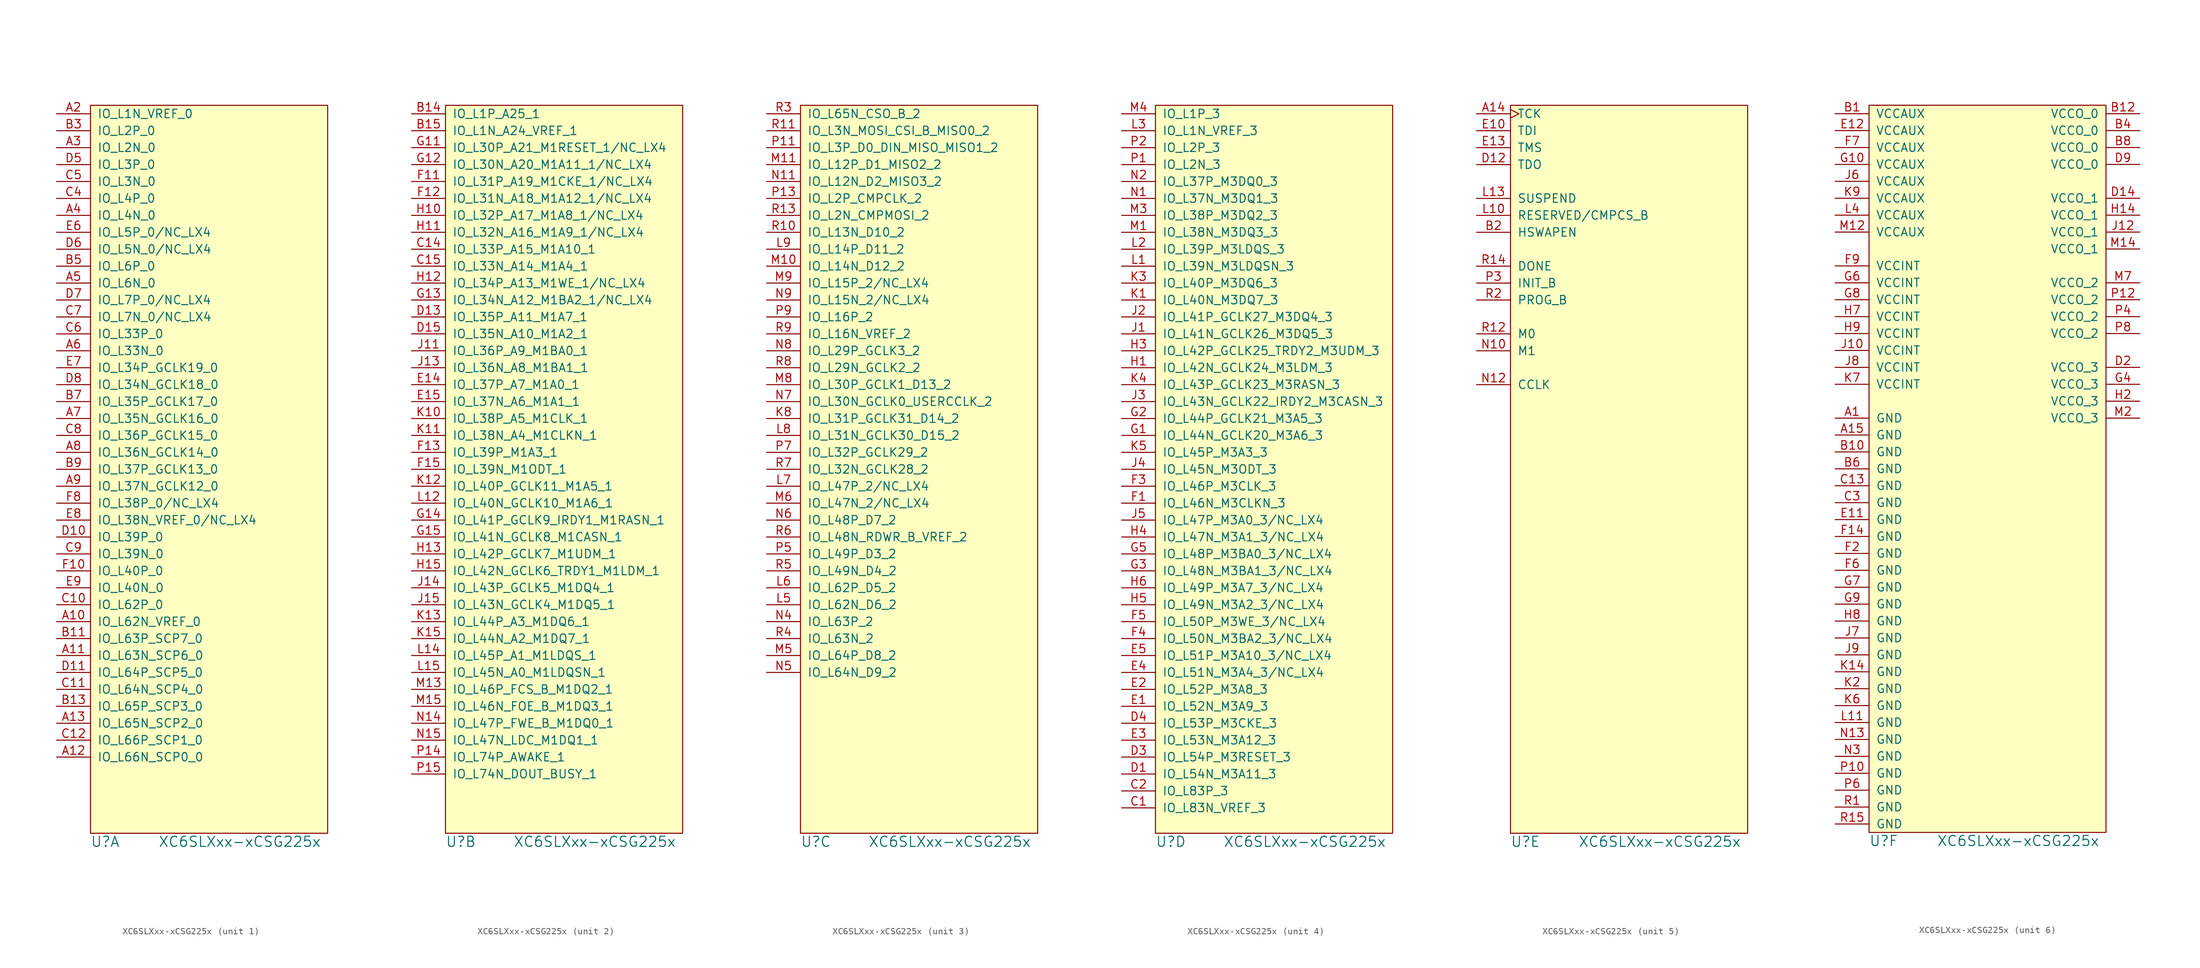
<source format=kicad_sym>
(kicad_symbol_lib
  (version 20211014)
  (generator kicad_symbol_editor)
  (symbol "XC6SLXxx-xCSG225x"
    (pin_names
      (offset 1.016))
    (property "Reference" "U"
      (at -10.16 -1.27 0)
      (effects (font (size 1.524 1.524)) (justify left)))
    (property "Value" "XC6SLXxx-xCSG225x"
      (at 0 -1.27 0)
      (effects (font (size 1.524 1.524)) (justify left)))
    (property "Footprint" ""
      (at 0 -1.27 0)
      (effects (font (size 1.524 1.524))))
    (property "Datasheet" ""
      (at 0 -1.27 0)
      (effects (font (size 1.524 1.524))))
    (property "ki_locked" ""
      (at 0 0 0)
      (effects (font (size 1.27 1.27))))
    (symbol "XC6SLXxx-xCSG225x_0_1"
      (rectangle (start -10.16 109.22) (end 25.4 0) (stroke (width 0) (type default) (color 0 0 0 0)) (fill (type background))))
    (symbol "XC6SLXxx-xCSG225x_1_1"
      (pin bidirectional line (at -15.24 31.75 0) (length 5.08) (name "IO_L62N_VREF_0" (effects (font (size 1.27 1.27)))) (number "A10" (effects (font (size 1.27 1.27)))))
      (pin bidirectional line (at -15.24 26.67 0) (length 5.08) (name "IO_L63N_SCP6_0" (effects (font (size 1.27 1.27)))) (number "A11" (effects (font (size 1.27 1.27)))))
      (pin bidirectional line (at -15.24 11.43 0) (length 5.08) (name "IO_L66N_SCP0_0" (effects (font (size 1.27 1.27)))) (number "A12" (effects (font (size 1.27 1.27)))))
      (pin bidirectional line (at -15.24 16.51 0) (length 5.08) (name "IO_L65N_SCP2_0" (effects (font (size 1.27 1.27)))) (number "A13" (effects (font (size 1.27 1.27)))))
      (pin bidirectional line (at -15.24 107.95 0) (length 5.08) (name "IO_L1N_VREF_0" (effects (font (size 1.27 1.27)))) (number "A2" (effects (font (size 1.27 1.27)))))
      (pin bidirectional line (at -15.24 102.87 0) (length 5.08) (name "IO_L2N_0" (effects (font (size 1.27 1.27)))) (number "A3" (effects (font (size 1.27 1.27)))))
      (pin bidirectional line (at -15.24 92.71 0) (length 5.08) (name "IO_L4N_0" (effects (font (size 1.27 1.27)))) (number "A4" (effects (font (size 1.27 1.27)))))
      (pin bidirectional line (at -15.24 82.55 0) (length 5.08) (name "IO_L6N_0" (effects (font (size 1.27 1.27)))) (number "A5" (effects (font (size 1.27 1.27)))))
      (pin bidirectional line (at -15.24 72.39 0) (length 5.08) (name "IO_L33N_0" (effects (font (size 1.27 1.27)))) (number "A6" (effects (font (size 1.27 1.27)))))
      (pin bidirectional line (at -15.24 62.23 0) (length 5.08) (name "IO_L35N_GCLK16_0" (effects (font (size 1.27 1.27)))) (number "A7" (effects (font (size 1.27 1.27)))))
      (pin bidirectional line (at -15.24 57.15 0) (length 5.08) (name "IO_L36N_GCLK14_0" (effects (font (size 1.27 1.27)))) (number "A8" (effects (font (size 1.27 1.27)))))
      (pin bidirectional line (at -15.24 52.07 0) (length 5.08) (name "IO_L37N_GCLK12_0" (effects (font (size 1.27 1.27)))) (number "A9" (effects (font (size 1.27 1.27)))))
      (pin bidirectional line (at -15.24 29.21 0) (length 5.08) (name "IO_L63P_SCP7_0" (effects (font (size 1.27 1.27)))) (number "B11" (effects (font (size 1.27 1.27)))))
      (pin bidirectional line (at -15.24 19.05 0) (length 5.08) (name "IO_L65P_SCP3_0" (effects (font (size 1.27 1.27)))) (number "B13" (effects (font (size 1.27 1.27)))))
      (pin bidirectional line (at -15.24 105.41 0) (length 5.08) (name "IO_L2P_0" (effects (font (size 1.27 1.27)))) (number "B3" (effects (font (size 1.27 1.27)))))
      (pin bidirectional line (at -15.24 85.09 0) (length 5.08) (name "IO_L6P_0" (effects (font (size 1.27 1.27)))) (number "B5" (effects (font (size 1.27 1.27)))))
      (pin bidirectional line (at -15.24 64.77 0) (length 5.08) (name "IO_L35P_GCLK17_0" (effects (font (size 1.27 1.27)))) (number "B7" (effects (font (size 1.27 1.27)))))
      (pin bidirectional line (at -15.24 54.61 0) (length 5.08) (name "IO_L37P_GCLK13_0" (effects (font (size 1.27 1.27)))) (number "B9" (effects (font (size 1.27 1.27)))))
      (pin bidirectional line (at -15.24 34.29 0) (length 5.08) (name "IO_L62P_0" (effects (font (size 1.27 1.27)))) (number "C10" (effects (font (size 1.27 1.27)))))
      (pin bidirectional line (at -15.24 21.59 0) (length 5.08) (name "IO_L64N_SCP4_0" (effects (font (size 1.27 1.27)))) (number "C11" (effects (font (size 1.27 1.27)))))
      (pin bidirectional line (at -15.24 13.97 0) (length 5.08) (name "IO_L66P_SCP1_0" (effects (font (size 1.27 1.27)))) (number "C12" (effects (font (size 1.27 1.27)))))
      (pin bidirectional line (at -15.24 95.25 0) (length 5.08) (name "IO_L4P_0" (effects (font (size 1.27 1.27)))) (number "C4" (effects (font (size 1.27 1.27)))))
      (pin bidirectional line (at -15.24 97.79 0) (length 5.08) (name "IO_L3N_0" (effects (font (size 1.27 1.27)))) (number "C5" (effects (font (size 1.27 1.27)))))
      (pin bidirectional line (at -15.24 74.93 0) (length 5.08) (name "IO_L33P_0" (effects (font (size 1.27 1.27)))) (number "C6" (effects (font (size 1.27 1.27)))))
      (pin bidirectional line (at -15.24 77.47 0) (length 5.08) (name "IO_L7N_0/NC_LX4" (effects (font (size 1.27 1.27)))) (number "C7" (effects (font (size 1.27 1.27)))))
      (pin bidirectional line (at -15.24 59.69 0) (length 5.08) (name "IO_L36P_GCLK15_0" (effects (font (size 1.27 1.27)))) (number "C8" (effects (font (size 1.27 1.27)))))
      (pin bidirectional line (at -15.24 41.91 0) (length 5.08) (name "IO_L39N_0" (effects (font (size 1.27 1.27)))) (number "C9" (effects (font (size 1.27 1.27)))))
      (pin bidirectional line (at -15.24 44.45 0) (length 5.08) (name "IO_L39P_0" (effects (font (size 1.27 1.27)))) (number "D10" (effects (font (size 1.27 1.27)))))
      (pin bidirectional line (at -15.24 24.13 0) (length 5.08) (name "IO_L64P_SCP5_0" (effects (font (size 1.27 1.27)))) (number "D11" (effects (font (size 1.27 1.27)))))
      (pin bidirectional line (at -15.24 100.33 0) (length 5.08) (name "IO_L3P_0" (effects (font (size 1.27 1.27)))) (number "D5" (effects (font (size 1.27 1.27)))))
      (pin bidirectional line (at -15.24 87.63 0) (length 5.08) (name "IO_L5N_0/NC_LX4" (effects (font (size 1.27 1.27)))) (number "D6" (effects (font (size 1.27 1.27)))))
      (pin bidirectional line (at -15.24 80.01 0) (length 5.08) (name "IO_L7P_0/NC_LX4" (effects (font (size 1.27 1.27)))) (number "D7" (effects (font (size 1.27 1.27)))))
      (pin bidirectional line (at -15.24 67.31 0) (length 5.08) (name "IO_L34N_GCLK18_0" (effects (font (size 1.27 1.27)))) (number "D8" (effects (font (size 1.27 1.27)))))
      (pin bidirectional line (at -15.24 90.17 0) (length 5.08) (name "IO_L5P_0/NC_LX4" (effects (font (size 1.27 1.27)))) (number "E6" (effects (font (size 1.27 1.27)))))
      (pin bidirectional line (at -15.24 69.85 0) (length 5.08) (name "IO_L34P_GCLK19_0" (effects (font (size 1.27 1.27)))) (number "E7" (effects (font (size 1.27 1.27)))))
      (pin bidirectional line (at -15.24 46.99 0) (length 5.08) (name "IO_L38N_VREF_0/NC_LX4" (effects (font (size 1.27 1.27)))) (number "E8" (effects (font (size 1.27 1.27)))))
      (pin bidirectional line (at -15.24 36.83 0) (length 5.08) (name "IO_L40N_0" (effects (font (size 1.27 1.27)))) (number "E9" (effects (font (size 1.27 1.27)))))
      (pin bidirectional line (at -15.24 39.37 0) (length 5.08) (name "IO_L40P_0" (effects (font (size 1.27 1.27)))) (number "F10" (effects (font (size 1.27 1.27)))))
      (pin bidirectional line (at -15.24 49.53 0) (length 5.08) (name "IO_L38P_0/NC_LX4" (effects (font (size 1.27 1.27)))) (number "F8" (effects (font (size 1.27 1.27))))))
    (symbol "XC6SLXxx-xCSG225x_2_1"
      (pin bidirectional line (at -15.24 107.95 0) (length 5.08) (name "IO_L1P_A25_1" (effects (font (size 1.27 1.27)))) (number "B14" (effects (font (size 1.27 1.27)))))
      (pin bidirectional line (at -15.24 105.41 0) (length 5.08) (name "IO_L1N_A24_VREF_1" (effects (font (size 1.27 1.27)))) (number "B15" (effects (font (size 1.27 1.27)))))
      (pin bidirectional line (at -15.24 87.63 0) (length 5.08) (name "IO_L33P_A15_M1A10_1" (effects (font (size 1.27 1.27)))) (number "C14" (effects (font (size 1.27 1.27)))))
      (pin bidirectional line (at -15.24 85.09 0) (length 5.08) (name "IO_L33N_A14_M1A4_1" (effects (font (size 1.27 1.27)))) (number "C15" (effects (font (size 1.27 1.27)))))
      (pin bidirectional line (at -15.24 77.47 0) (length 5.08) (name "IO_L35P_A11_M1A7_1" (effects (font (size 1.27 1.27)))) (number "D13" (effects (font (size 1.27 1.27)))))
      (pin bidirectional line (at -15.24 74.93 0) (length 5.08) (name "IO_L35N_A10_M1A2_1" (effects (font (size 1.27 1.27)))) (number "D15" (effects (font (size 1.27 1.27)))))
      (pin bidirectional line (at -15.24 67.31 0) (length 5.08) (name "IO_L37P_A7_M1A0_1" (effects (font (size 1.27 1.27)))) (number "E14" (effects (font (size 1.27 1.27)))))
      (pin bidirectional line (at -15.24 64.77 0) (length 5.08) (name "IO_L37N_A6_M1A1_1" (effects (font (size 1.27 1.27)))) (number "E15" (effects (font (size 1.27 1.27)))))
      (pin bidirectional line (at -15.24 97.79 0) (length 5.08) (name "IO_L31P_A19_M1CKE_1/NC_LX4" (effects (font (size 1.27 1.27)))) (number "F11" (effects (font (size 1.27 1.27)))))
      (pin bidirectional line (at -15.24 95.25 0) (length 5.08) (name "IO_L31N_A18_M1A12_1/NC_LX4" (effects (font (size 1.27 1.27)))) (number "F12" (effects (font (size 1.27 1.27)))))
      (pin bidirectional line (at -15.24 57.15 0) (length 5.08) (name "IO_L39P_M1A3_1" (effects (font (size 1.27 1.27)))) (number "F13" (effects (font (size 1.27 1.27)))))
      (pin bidirectional line (at -15.24 54.61 0) (length 5.08) (name "IO_L39N_M1ODT_1" (effects (font (size 1.27 1.27)))) (number "F15" (effects (font (size 1.27 1.27)))))
      (pin bidirectional line (at -15.24 102.87 0) (length 5.08) (name "IO_L30P_A21_M1RESET_1/NC_LX4" (effects (font (size 1.27 1.27)))) (number "G11" (effects (font (size 1.27 1.27)))))
      (pin bidirectional line (at -15.24 100.33 0) (length 5.08) (name "IO_L30N_A20_M1A11_1/NC_LX4" (effects (font (size 1.27 1.27)))) (number "G12" (effects (font (size 1.27 1.27)))))
      (pin bidirectional line (at -15.24 80.01 0) (length 5.08) (name "IO_L34N_A12_M1BA2_1/NC_LX4" (effects (font (size 1.27 1.27)))) (number "G13" (effects (font (size 1.27 1.27)))))
      (pin bidirectional line (at -15.24 46.99 0) (length 5.08) (name "IO_L41P_GCLK9_IRDY1_M1RASN_1" (effects (font (size 1.27 1.27)))) (number "G14" (effects (font (size 1.27 1.27)))))
      (pin bidirectional line (at -15.24 44.45 0) (length 5.08) (name "IO_L41N_GCLK8_M1CASN_1" (effects (font (size 1.27 1.27)))) (number "G15" (effects (font (size 1.27 1.27)))))
      (pin bidirectional line (at -15.24 92.71 0) (length 5.08) (name "IO_L32P_A17_M1A8_1/NC_LX4" (effects (font (size 1.27 1.27)))) (number "H10" (effects (font (size 1.27 1.27)))))
      (pin bidirectional line (at -15.24 90.17 0) (length 5.08) (name "IO_L32N_A16_M1A9_1/NC_LX4" (effects (font (size 1.27 1.27)))) (number "H11" (effects (font (size 1.27 1.27)))))
      (pin bidirectional line (at -15.24 82.55 0) (length 5.08) (name "IO_L34P_A13_M1WE_1/NC_LX4" (effects (font (size 1.27 1.27)))) (number "H12" (effects (font (size 1.27 1.27)))))
      (pin bidirectional line (at -15.24 41.91 0) (length 5.08) (name "IO_L42P_GCLK7_M1UDM_1" (effects (font (size 1.27 1.27)))) (number "H13" (effects (font (size 1.27 1.27)))))
      (pin bidirectional line (at -15.24 39.37 0) (length 5.08) (name "IO_L42N_GCLK6_TRDY1_M1LDM_1" (effects (font (size 1.27 1.27)))) (number "H15" (effects (font (size 1.27 1.27)))))
      (pin bidirectional line (at -15.24 72.39 0) (length 5.08) (name "IO_L36P_A9_M1BA0_1" (effects (font (size 1.27 1.27)))) (number "J11" (effects (font (size 1.27 1.27)))))
      (pin bidirectional line (at -15.24 69.85 0) (length 5.08) (name "IO_L36N_A8_M1BA1_1" (effects (font (size 1.27 1.27)))) (number "J13" (effects (font (size 1.27 1.27)))))
      (pin bidirectional line (at -15.24 36.83 0) (length 5.08) (name "IO_L43P_GCLK5_M1DQ4_1" (effects (font (size 1.27 1.27)))) (number "J14" (effects (font (size 1.27 1.27)))))
      (pin bidirectional line (at -15.24 34.29 0) (length 5.08) (name "IO_L43N_GCLK4_M1DQ5_1" (effects (font (size 1.27 1.27)))) (number "J15" (effects (font (size 1.27 1.27)))))
      (pin bidirectional line (at -15.24 62.23 0) (length 5.08) (name "IO_L38P_A5_M1CLK_1" (effects (font (size 1.27 1.27)))) (number "K10" (effects (font (size 1.27 1.27)))))
      (pin bidirectional line (at -15.24 59.69 0) (length 5.08) (name "IO_L38N_A4_M1CLKN_1" (effects (font (size 1.27 1.27)))) (number "K11" (effects (font (size 1.27 1.27)))))
      (pin bidirectional line (at -15.24 52.07 0) (length 5.08) (name "IO_L40P_GCLK11_M1A5_1" (effects (font (size 1.27 1.27)))) (number "K12" (effects (font (size 1.27 1.27)))))
      (pin bidirectional line (at -15.24 31.75 0) (length 5.08) (name "IO_L44P_A3_M1DQ6_1" (effects (font (size 1.27 1.27)))) (number "K13" (effects (font (size 1.27 1.27)))))
      (pin bidirectional line (at -15.24 29.21 0) (length 5.08) (name "IO_L44N_A2_M1DQ7_1" (effects (font (size 1.27 1.27)))) (number "K15" (effects (font (size 1.27 1.27)))))
      (pin bidirectional line (at -15.24 49.53 0) (length 5.08) (name "IO_L40N_GCLK10_M1A6_1" (effects (font (size 1.27 1.27)))) (number "L12" (effects (font (size 1.27 1.27)))))
      (pin bidirectional line (at -15.24 26.67 0) (length 5.08) (name "IO_L45P_A1_M1LDQS_1" (effects (font (size 1.27 1.27)))) (number "L14" (effects (font (size 1.27 1.27)))))
      (pin bidirectional line (at -15.24 24.13 0) (length 5.08) (name "IO_L45N_A0_M1LDQSN_1" (effects (font (size 1.27 1.27)))) (number "L15" (effects (font (size 1.27 1.27)))))
      (pin bidirectional line (at -15.24 21.59 0) (length 5.08) (name "IO_L46P_FCS_B_M1DQ2_1" (effects (font (size 1.27 1.27)))) (number "M13" (effects (font (size 1.27 1.27)))))
      (pin bidirectional line (at -15.24 19.05 0) (length 5.08) (name "IO_L46N_FOE_B_M1DQ3_1" (effects (font (size 1.27 1.27)))) (number "M15" (effects (font (size 1.27 1.27)))))
      (pin bidirectional line (at -15.24 16.51 0) (length 5.08) (name "IO_L47P_FWE_B_M1DQ0_1" (effects (font (size 1.27 1.27)))) (number "N14" (effects (font (size 1.27 1.27)))))
      (pin bidirectional line (at -15.24 13.97 0) (length 5.08) (name "IO_L47N_LDC_M1DQ1_1" (effects (font (size 1.27 1.27)))) (number "N15" (effects (font (size 1.27 1.27)))))
      (pin bidirectional line (at -15.24 11.43 0) (length 5.08) (name "IO_L74P_AWAKE_1" (effects (font (size 1.27 1.27)))) (number "P14" (effects (font (size 1.27 1.27)))))
      (pin bidirectional line (at -15.24 8.89 0) (length 5.08) (name "IO_L74N_DOUT_BUSY_1" (effects (font (size 1.27 1.27)))) (number "P15" (effects (font (size 1.27 1.27))))))
    (symbol "XC6SLXxx-xCSG225x_3_1"
      (pin bidirectional line (at -15.24 62.23 0) (length 5.08) (name "IO_L31P_GCLK31_D14_2" (effects (font (size 1.27 1.27)))) (number "K8" (effects (font (size 1.27 1.27)))))
      (pin bidirectional line (at -15.24 34.29 0) (length 5.08) (name "IO_L62N_D6_2" (effects (font (size 1.27 1.27)))) (number "L5" (effects (font (size 1.27 1.27)))))
      (pin bidirectional line (at -15.24 36.83 0) (length 5.08) (name "IO_L62P_D5_2" (effects (font (size 1.27 1.27)))) (number "L6" (effects (font (size 1.27 1.27)))))
      (pin bidirectional line (at -15.24 52.07 0) (length 5.08) (name "IO_L47P_2/NC_LX4" (effects (font (size 1.27 1.27)))) (number "L7" (effects (font (size 1.27 1.27)))))
      (pin bidirectional line (at -15.24 59.69 0) (length 5.08) (name "IO_L31N_GCLK30_D15_2" (effects (font (size 1.27 1.27)))) (number "L8" (effects (font (size 1.27 1.27)))))
      (pin bidirectional line (at -15.24 87.63 0) (length 5.08) (name "IO_L14P_D11_2" (effects (font (size 1.27 1.27)))) (number "L9" (effects (font (size 1.27 1.27)))))
      (pin bidirectional line (at -15.24 85.09 0) (length 5.08) (name "IO_L14N_D12_2" (effects (font (size 1.27 1.27)))) (number "M10" (effects (font (size 1.27 1.27)))))
      (pin bidirectional line (at -15.24 100.33 0) (length 5.08) (name "IO_L12P_D1_MISO2_2" (effects (font (size 1.27 1.27)))) (number "M11" (effects (font (size 1.27 1.27)))))
      (pin bidirectional line (at -15.24 26.67 0) (length 5.08) (name "IO_L64P_D8_2" (effects (font (size 1.27 1.27)))) (number "M5" (effects (font (size 1.27 1.27)))))
      (pin bidirectional line (at -15.24 49.53 0) (length 5.08) (name "IO_L47N_2/NC_LX4" (effects (font (size 1.27 1.27)))) (number "M6" (effects (font (size 1.27 1.27)))))
      (pin bidirectional line (at -15.24 67.31 0) (length 5.08) (name "IO_L30P_GCLK1_D13_2" (effects (font (size 1.27 1.27)))) (number "M8" (effects (font (size 1.27 1.27)))))
      (pin bidirectional line (at -15.24 82.55 0) (length 5.08) (name "IO_L15P_2/NC_LX4" (effects (font (size 1.27 1.27)))) (number "M9" (effects (font (size 1.27 1.27)))))
      (pin bidirectional line (at -15.24 97.79 0) (length 5.08) (name "IO_L12N_D2_MISO3_2" (effects (font (size 1.27 1.27)))) (number "N11" (effects (font (size 1.27 1.27)))))
      (pin bidirectional line (at -15.24 31.75 0) (length 5.08) (name "IO_L63P_2" (effects (font (size 1.27 1.27)))) (number "N4" (effects (font (size 1.27 1.27)))))
      (pin bidirectional line (at -15.24 24.13 0) (length 5.08) (name "IO_L64N_D9_2" (effects (font (size 1.27 1.27)))) (number "N5" (effects (font (size 1.27 1.27)))))
      (pin bidirectional line (at -15.24 46.99 0) (length 5.08) (name "IO_L48P_D7_2" (effects (font (size 1.27 1.27)))) (number "N6" (effects (font (size 1.27 1.27)))))
      (pin bidirectional line (at -15.24 64.77 0) (length 5.08) (name "IO_L30N_GCLK0_USERCCLK_2" (effects (font (size 1.27 1.27)))) (number "N7" (effects (font (size 1.27 1.27)))))
      (pin bidirectional line (at -15.24 72.39 0) (length 5.08) (name "IO_L29P_GCLK3_2" (effects (font (size 1.27 1.27)))) (number "N8" (effects (font (size 1.27 1.27)))))
      (pin bidirectional line (at -15.24 80.01 0) (length 5.08) (name "IO_L15N_2/NC_LX4" (effects (font (size 1.27 1.27)))) (number "N9" (effects (font (size 1.27 1.27)))))
      (pin bidirectional line (at -15.24 102.87 0) (length 5.08) (name "IO_L3P_D0_DIN_MISO_MISO1_2" (effects (font (size 1.27 1.27)))) (number "P11" (effects (font (size 1.27 1.27)))))
      (pin bidirectional line (at -15.24 95.25 0) (length 5.08) (name "IO_L2P_CMPCLK_2" (effects (font (size 1.27 1.27)))) (number "P13" (effects (font (size 1.27 1.27)))))
      (pin bidirectional line (at -15.24 41.91 0) (length 5.08) (name "IO_L49P_D3_2" (effects (font (size 1.27 1.27)))) (number "P5" (effects (font (size 1.27 1.27)))))
      (pin bidirectional line (at -15.24 57.15 0) (length 5.08) (name "IO_L32P_GCLK29_2" (effects (font (size 1.27 1.27)))) (number "P7" (effects (font (size 1.27 1.27)))))
      (pin bidirectional line (at -15.24 77.47 0) (length 5.08) (name "IO_L16P_2" (effects (font (size 1.27 1.27)))) (number "P9" (effects (font (size 1.27 1.27)))))
      (pin bidirectional line (at -15.24 90.17 0) (length 5.08) (name "IO_L13N_D10_2" (effects (font (size 1.27 1.27)))) (number "R10" (effects (font (size 1.27 1.27)))))
      (pin bidirectional line (at -15.24 105.41 0) (length 5.08) (name "IO_L3N_MOSI_CSI_B_MISO0_2" (effects (font (size 1.27 1.27)))) (number "R11" (effects (font (size 1.27 1.27)))))
      (pin bidirectional line (at -15.24 92.71 0) (length 5.08) (name "IO_L2N_CMPMOSI_2" (effects (font (size 1.27 1.27)))) (number "R13" (effects (font (size 1.27 1.27)))))
      (pin bidirectional line (at -15.24 107.95 0) (length 5.08) (name "IO_L65N_CSO_B_2" (effects (font (size 1.27 1.27)))) (number "R3" (effects (font (size 1.27 1.27)))))
      (pin bidirectional line (at -15.24 29.21 0) (length 5.08) (name "IO_L63N_2" (effects (font (size 1.27 1.27)))) (number "R4" (effects (font (size 1.27 1.27)))))
      (pin bidirectional line (at -15.24 39.37 0) (length 5.08) (name "IO_L49N_D4_2" (effects (font (size 1.27 1.27)))) (number "R5" (effects (font (size 1.27 1.27)))))
      (pin bidirectional line (at -15.24 44.45 0) (length 5.08) (name "IO_L48N_RDWR_B_VREF_2" (effects (font (size 1.27 1.27)))) (number "R6" (effects (font (size 1.27 1.27)))))
      (pin bidirectional line (at -15.24 54.61 0) (length 5.08) (name "IO_L32N_GCLK28_2" (effects (font (size 1.27 1.27)))) (number "R7" (effects (font (size 1.27 1.27)))))
      (pin bidirectional line (at -15.24 69.85 0) (length 5.08) (name "IO_L29N_GCLK2_2" (effects (font (size 1.27 1.27)))) (number "R8" (effects (font (size 1.27 1.27)))))
      (pin bidirectional line (at -15.24 74.93 0) (length 5.08) (name "IO_L16N_VREF_2" (effects (font (size 1.27 1.27)))) (number "R9" (effects (font (size 1.27 1.27))))))
    (symbol "XC6SLXxx-xCSG225x_4_1"
      (pin bidirectional line (at -15.24 3.81 0) (length 5.08) (name "IO_L83N_VREF_3" (effects (font (size 1.27 1.27)))) (number "C1" (effects (font (size 1.27 1.27)))))
      (pin bidirectional line (at -15.24 6.35 0) (length 5.08) (name "IO_L83P_3" (effects (font (size 1.27 1.27)))) (number "C2" (effects (font (size 1.27 1.27)))))
      (pin bidirectional line (at -15.24 8.89 0) (length 5.08) (name "IO_L54N_M3A11_3" (effects (font (size 1.27 1.27)))) (number "D1" (effects (font (size 1.27 1.27)))))
      (pin bidirectional line (at -15.24 11.43 0) (length 5.08) (name "IO_L54P_M3RESET_3" (effects (font (size 1.27 1.27)))) (number "D3" (effects (font (size 1.27 1.27)))))
      (pin bidirectional line (at -15.24 16.51 0) (length 5.08) (name "IO_L53P_M3CKE_3" (effects (font (size 1.27 1.27)))) (number "D4" (effects (font (size 1.27 1.27)))))
      (pin bidirectional line (at -15.24 19.05 0) (length 5.08) (name "IO_L52N_M3A9_3" (effects (font (size 1.27 1.27)))) (number "E1" (effects (font (size 1.27 1.27)))))
      (pin bidirectional line (at -15.24 21.59 0) (length 5.08) (name "IO_L52P_M3A8_3" (effects (font (size 1.27 1.27)))) (number "E2" (effects (font (size 1.27 1.27)))))
      (pin bidirectional line (at -15.24 13.97 0) (length 5.08) (name "IO_L53N_M3A12_3" (effects (font (size 1.27 1.27)))) (number "E3" (effects (font (size 1.27 1.27)))))
      (pin bidirectional line (at -15.24 24.13 0) (length 5.08) (name "IO_L51N_M3A4_3/NC_LX4" (effects (font (size 1.27 1.27)))) (number "E4" (effects (font (size 1.27 1.27)))))
      (pin bidirectional line (at -15.24 26.67 0) (length 5.08) (name "IO_L51P_M3A10_3/NC_LX4" (effects (font (size 1.27 1.27)))) (number "E5" (effects (font (size 1.27 1.27)))))
      (pin bidirectional line (at -15.24 49.53 0) (length 5.08) (name "IO_L46N_M3CLKN_3" (effects (font (size 1.27 1.27)))) (number "F1" (effects (font (size 1.27 1.27)))))
      (pin bidirectional line (at -15.24 52.07 0) (length 5.08) (name "IO_L46P_M3CLK_3" (effects (font (size 1.27 1.27)))) (number "F3" (effects (font (size 1.27 1.27)))))
      (pin bidirectional line (at -15.24 29.21 0) (length 5.08) (name "IO_L50N_M3BA2_3/NC_LX4" (effects (font (size 1.27 1.27)))) (number "F4" (effects (font (size 1.27 1.27)))))
      (pin bidirectional line (at -15.24 31.75 0) (length 5.08) (name "IO_L50P_M3WE_3/NC_LX4" (effects (font (size 1.27 1.27)))) (number "F5" (effects (font (size 1.27 1.27)))))
      (pin bidirectional line (at -15.24 59.69 0) (length 5.08) (name "IO_L44N_GCLK20_M3A6_3" (effects (font (size 1.27 1.27)))) (number "G1" (effects (font (size 1.27 1.27)))))
      (pin bidirectional line (at -15.24 62.23 0) (length 5.08) (name "IO_L44P_GCLK21_M3A5_3" (effects (font (size 1.27 1.27)))) (number "G2" (effects (font (size 1.27 1.27)))))
      (pin bidirectional line (at -15.24 39.37 0) (length 5.08) (name "IO_L48N_M3BA1_3/NC_LX4" (effects (font (size 1.27 1.27)))) (number "G3" (effects (font (size 1.27 1.27)))))
      (pin bidirectional line (at -15.24 41.91 0) (length 5.08) (name "IO_L48P_M3BA0_3/NC_LX4" (effects (font (size 1.27 1.27)))) (number "G5" (effects (font (size 1.27 1.27)))))
      (pin bidirectional line (at -15.24 69.85 0) (length 5.08) (name "IO_L42N_GCLK24_M3LDM_3" (effects (font (size 1.27 1.27)))) (number "H1" (effects (font (size 1.27 1.27)))))
      (pin bidirectional line (at -15.24 72.39 0) (length 5.08) (name "IO_L42P_GCLK25_TRDY2_M3UDM_3" (effects (font (size 1.27 1.27)))) (number "H3" (effects (font (size 1.27 1.27)))))
      (pin bidirectional line (at -15.24 44.45 0) (length 5.08) (name "IO_L47N_M3A1_3/NC_LX4" (effects (font (size 1.27 1.27)))) (number "H4" (effects (font (size 1.27 1.27)))))
      (pin bidirectional line (at -15.24 34.29 0) (length 5.08) (name "IO_L49N_M3A2_3/NC_LX4" (effects (font (size 1.27 1.27)))) (number "H5" (effects (font (size 1.27 1.27)))))
      (pin bidirectional line (at -15.24 36.83 0) (length 5.08) (name "IO_L49P_M3A7_3/NC_LX4" (effects (font (size 1.27 1.27)))) (number "H6" (effects (font (size 1.27 1.27)))))
      (pin bidirectional line (at -15.24 74.93 0) (length 5.08) (name "IO_L41N_GCLK26_M3DQ5_3" (effects (font (size 1.27 1.27)))) (number "J1" (effects (font (size 1.27 1.27)))))
      (pin bidirectional line (at -15.24 77.47 0) (length 5.08) (name "IO_L41P_GCLK27_M3DQ4_3" (effects (font (size 1.27 1.27)))) (number "J2" (effects (font (size 1.27 1.27)))))
      (pin bidirectional line (at -15.24 64.77 0) (length 5.08) (name "IO_L43N_GCLK22_IRDY2_M3CASN_3" (effects (font (size 1.27 1.27)))) (number "J3" (effects (font (size 1.27 1.27)))))
      (pin bidirectional line (at -15.24 54.61 0) (length 5.08) (name "IO_L45N_M3ODT_3" (effects (font (size 1.27 1.27)))) (number "J4" (effects (font (size 1.27 1.27)))))
      (pin bidirectional line (at -15.24 46.99 0) (length 5.08) (name "IO_L47P_M3A0_3/NC_LX4" (effects (font (size 1.27 1.27)))) (number "J5" (effects (font (size 1.27 1.27)))))
      (pin bidirectional line (at -15.24 80.01 0) (length 5.08) (name "IO_L40N_M3DQ7_3" (effects (font (size 1.27 1.27)))) (number "K1" (effects (font (size 1.27 1.27)))))
      (pin bidirectional line (at -15.24 82.55 0) (length 5.08) (name "IO_L40P_M3DQ6_3" (effects (font (size 1.27 1.27)))) (number "K3" (effects (font (size 1.27 1.27)))))
      (pin bidirectional line (at -15.24 67.31 0) (length 5.08) (name "IO_L43P_GCLK23_M3RASN_3" (effects (font (size 1.27 1.27)))) (number "K4" (effects (font (size 1.27 1.27)))))
      (pin bidirectional line (at -15.24 57.15 0) (length 5.08) (name "IO_L45P_M3A3_3" (effects (font (size 1.27 1.27)))) (number "K5" (effects (font (size 1.27 1.27)))))
      (pin bidirectional line (at -15.24 85.09 0) (length 5.08) (name "IO_L39N_M3LDQSN_3" (effects (font (size 1.27 1.27)))) (number "L1" (effects (font (size 1.27 1.27)))))
      (pin bidirectional line (at -15.24 87.63 0) (length 5.08) (name "IO_L39P_M3LDQS_3" (effects (font (size 1.27 1.27)))) (number "L2" (effects (font (size 1.27 1.27)))))
      (pin bidirectional line (at -15.24 105.41 0) (length 5.08) (name "IO_L1N_VREF_3" (effects (font (size 1.27 1.27)))) (number "L3" (effects (font (size 1.27 1.27)))))
      (pin bidirectional line (at -15.24 90.17 0) (length 5.08) (name "IO_L38N_M3DQ3_3" (effects (font (size 1.27 1.27)))) (number "M1" (effects (font (size 1.27 1.27)))))
      (pin bidirectional line (at -15.24 92.71 0) (length 5.08) (name "IO_L38P_M3DQ2_3" (effects (font (size 1.27 1.27)))) (number "M3" (effects (font (size 1.27 1.27)))))
      (pin bidirectional line (at -15.24 107.95 0) (length 5.08) (name "IO_L1P_3" (effects (font (size 1.27 1.27)))) (number "M4" (effects (font (size 1.27 1.27)))))
      (pin bidirectional line (at -15.24 95.25 0) (length 5.08) (name "IO_L37N_M3DQ1_3" (effects (font (size 1.27 1.27)))) (number "N1" (effects (font (size 1.27 1.27)))))
      (pin bidirectional line (at -15.24 97.79 0) (length 5.08) (name "IO_L37P_M3DQ0_3" (effects (font (size 1.27 1.27)))) (number "N2" (effects (font (size 1.27 1.27)))))
      (pin bidirectional line (at -15.24 100.33 0) (length 5.08) (name "IO_L2N_3" (effects (font (size 1.27 1.27)))) (number "P1" (effects (font (size 1.27 1.27)))))
      (pin bidirectional line (at -15.24 102.87 0) (length 5.08) (name "IO_L2P_3" (effects (font (size 1.27 1.27)))) (number "P2" (effects (font (size 1.27 1.27))))))
    (symbol "XC6SLXxx-xCSG225x_5_1"
      (pin input clock (at -15.24 107.95 0) (length 5.08) (name "TCK" (effects (font (size 1.27 1.27)))) (number "A14" (effects (font (size 1.27 1.27)))))
      (pin input line (at -15.24 90.17 0) (length 5.08) (name "HSWAPEN" (effects (font (size 1.27 1.27)))) (number "B2" (effects (font (size 1.27 1.27)))))
      (pin output line (at -15.24 100.33 0) (length 5.08) (name "TDO" (effects (font (size 1.27 1.27)))) (number "D12" (effects (font (size 1.27 1.27)))))
      (pin input line (at -15.24 105.41 0) (length 5.08) (name "TDI" (effects (font (size 1.27 1.27)))) (number "E10" (effects (font (size 1.27 1.27)))))
      (pin input line (at -15.24 102.87 0) (length 5.08) (name "TMS" (effects (font (size 1.27 1.27)))) (number "E13" (effects (font (size 1.27 1.27)))))
      (pin input line (at -15.24 92.71 0) (length 5.08) (name "RESERVED/CMPCS_B" (effects (font (size 1.27 1.27)))) (number "L10" (effects (font (size 1.27 1.27)))))
      (pin input line (at -15.24 95.25 0) (length 5.08) (name "SUSPEND" (effects (font (size 1.27 1.27)))) (number "L13" (effects (font (size 1.27 1.27)))))
      (pin input line (at -15.24 72.39 0) (length 5.08) (name "M1" (effects (font (size 1.27 1.27)))) (number "N10" (effects (font (size 1.27 1.27)))))
      (pin output line (at -15.24 67.31 0) (length 5.08) (name "CCLK" (effects (font (size 1.27 1.27)))) (number "N12" (effects (font (size 1.27 1.27)))))
      (pin bidirectional line (at -15.24 82.55 0) (length 5.08) (name "INIT_B" (effects (font (size 1.27 1.27)))) (number "P3" (effects (font (size 1.27 1.27)))))
      (pin input line (at -15.24 74.93 0) (length 5.08) (name "M0" (effects (font (size 1.27 1.27)))) (number "R12" (effects (font (size 1.27 1.27)))))
      (pin output line (at -15.24 85.09 0) (length 5.08) (name "DONE" (effects (font (size 1.27 1.27)))) (number "R14" (effects (font (size 1.27 1.27)))))
      (pin input line (at -15.24 80.01 0) (length 5.08) (name "PROG_B" (effects (font (size 1.27 1.27)))) (number "R2" (effects (font (size 1.27 1.27))))))
    (symbol "XC6SLXxx-xCSG225x_6_1"
      (pin power_in line (at -15.24 62.23 0) (length 5.08) (name "GND" (effects (font (size 1.27 1.27)))) (number "A1" (effects (font (size 1.27 1.27)))))
      (pin power_in line (at -15.24 59.69 0) (length 5.08) (name "GND" (effects (font (size 1.27 1.27)))) (number "A15" (effects (font (size 1.27 1.27)))))
      (pin power_in line (at -15.24 107.95 0) (length 5.08) (name "VCCAUX" (effects (font (size 1.27 1.27)))) (number "B1" (effects (font (size 1.27 1.27)))))
      (pin power_in line (at -15.24 57.15 0) (length 5.08) (name "GND" (effects (font (size 1.27 1.27)))) (number "B10" (effects (font (size 1.27 1.27)))))
      (pin power_in line (at 30.48 107.95 180) (length 5.08) (name "VCCO_0" (effects (font (size 1.27 1.27)))) (number "B12" (effects (font (size 1.27 1.27)))))
      (pin power_in line (at 30.48 105.41 180) (length 5.08) (name "VCCO_0" (effects (font (size 1.27 1.27)))) (number "B4" (effects (font (size 1.27 1.27)))))
      (pin power_in line (at -15.24 54.61 0) (length 5.08) (name "GND" (effects (font (size 1.27 1.27)))) (number "B6" (effects (font (size 1.27 1.27)))))
      (pin power_in line (at 30.48 102.87 180) (length 5.08) (name "VCCO_0" (effects (font (size 1.27 1.27)))) (number "B8" (effects (font (size 1.27 1.27)))))
      (pin power_in line (at -15.24 52.07 0) (length 5.08) (name "GND" (effects (font (size 1.27 1.27)))) (number "C13" (effects (font (size 1.27 1.27)))))
      (pin power_in line (at -15.24 49.53 0) (length 5.08) (name "GND" (effects (font (size 1.27 1.27)))) (number "C3" (effects (font (size 1.27 1.27)))))
      (pin power_in line (at 30.48 95.25 180) (length 5.08) (name "VCCO_1" (effects (font (size 1.27 1.27)))) (number "D14" (effects (font (size 1.27 1.27)))))
      (pin power_in line (at 30.48 69.85 180) (length 5.08) (name "VCCO_3" (effects (font (size 1.27 1.27)))) (number "D2" (effects (font (size 1.27 1.27)))))
      (pin power_in line (at 30.48 100.33 180) (length 5.08) (name "VCCO_0" (effects (font (size 1.27 1.27)))) (number "D9" (effects (font (size 1.27 1.27)))))
      (pin power_in line (at -15.24 46.99 0) (length 5.08) (name "GND" (effects (font (size 1.27 1.27)))) (number "E11" (effects (font (size 1.27 1.27)))))
      (pin power_in line (at -15.24 105.41 0) (length 5.08) (name "VCCAUX" (effects (font (size 1.27 1.27)))) (number "E12" (effects (font (size 1.27 1.27)))))
      (pin power_in line (at -15.24 44.45 0) (length 5.08) (name "GND" (effects (font (size 1.27 1.27)))) (number "F14" (effects (font (size 1.27 1.27)))))
      (pin power_in line (at -15.24 41.91 0) (length 5.08) (name "GND" (effects (font (size 1.27 1.27)))) (number "F2" (effects (font (size 1.27 1.27)))))
      (pin power_in line (at -15.24 39.37 0) (length 5.08) (name "GND" (effects (font (size 1.27 1.27)))) (number "F6" (effects (font (size 1.27 1.27)))))
      (pin power_in line (at -15.24 102.87 0) (length 5.08) (name "VCCAUX" (effects (font (size 1.27 1.27)))) (number "F7" (effects (font (size 1.27 1.27)))))
      (pin power_in line (at -15.24 85.09 0) (length 5.08) (name "VCCINT" (effects (font (size 1.27 1.27)))) (number "F9" (effects (font (size 1.27 1.27)))))
      (pin power_in line (at -15.24 100.33 0) (length 5.08) (name "VCCAUX" (effects (font (size 1.27 1.27)))) (number "G10" (effects (font (size 1.27 1.27)))))
      (pin power_in line (at 30.48 67.31 180) (length 5.08) (name "VCCO_3" (effects (font (size 1.27 1.27)))) (number "G4" (effects (font (size 1.27 1.27)))))
      (pin power_in line (at -15.24 82.55 0) (length 5.08) (name "VCCINT" (effects (font (size 1.27 1.27)))) (number "G6" (effects (font (size 1.27 1.27)))))
      (pin power_in line (at -15.24 36.83 0) (length 5.08) (name "GND" (effects (font (size 1.27 1.27)))) (number "G7" (effects (font (size 1.27 1.27)))))
      (pin power_in line (at -15.24 80.01 0) (length 5.08) (name "VCCINT" (effects (font (size 1.27 1.27)))) (number "G8" (effects (font (size 1.27 1.27)))))
      (pin power_in line (at -15.24 34.29 0) (length 5.08) (name "GND" (effects (font (size 1.27 1.27)))) (number "G9" (effects (font (size 1.27 1.27)))))
      (pin power_in line (at 30.48 92.71 180) (length 5.08) (name "VCCO_1" (effects (font (size 1.27 1.27)))) (number "H14" (effects (font (size 1.27 1.27)))))
      (pin power_in line (at 30.48 64.77 180) (length 5.08) (name "VCCO_3" (effects (font (size 1.27 1.27)))) (number "H2" (effects (font (size 1.27 1.27)))))
      (pin power_in line (at -15.24 77.47 0) (length 5.08) (name "VCCINT" (effects (font (size 1.27 1.27)))) (number "H7" (effects (font (size 1.27 1.27)))))
      (pin power_in line (at -15.24 31.75 0) (length 5.08) (name "GND" (effects (font (size 1.27 1.27)))) (number "H8" (effects (font (size 1.27 1.27)))))
      (pin power_in line (at -15.24 74.93 0) (length 5.08) (name "VCCINT" (effects (font (size 1.27 1.27)))) (number "H9" (effects (font (size 1.27 1.27)))))
      (pin power_in line (at -15.24 72.39 0) (length 5.08) (name "VCCINT" (effects (font (size 1.27 1.27)))) (number "J10" (effects (font (size 1.27 1.27)))))
      (pin power_in line (at 30.48 90.17 180) (length 5.08) (name "VCCO_1" (effects (font (size 1.27 1.27)))) (number "J12" (effects (font (size 1.27 1.27)))))
      (pin power_in line (at -15.24 97.79 0) (length 5.08) (name "VCCAUX" (effects (font (size 1.27 1.27)))) (number "J6" (effects (font (size 1.27 1.27)))))
      (pin power_in line (at -15.24 29.21 0) (length 5.08) (name "GND" (effects (font (size 1.27 1.27)))) (number "J7" (effects (font (size 1.27 1.27)))))
      (pin power_in line (at -15.24 69.85 0) (length 5.08) (name "VCCINT" (effects (font (size 1.27 1.27)))) (number "J8" (effects (font (size 1.27 1.27)))))
      (pin power_in line (at -15.24 26.67 0) (length 5.08) (name "GND" (effects (font (size 1.27 1.27)))) (number "J9" (effects (font (size 1.27 1.27)))))
      (pin power_in line (at -15.24 24.13 0) (length 5.08) (name "GND" (effects (font (size 1.27 1.27)))) (number "K14" (effects (font (size 1.27 1.27)))))
      (pin power_in line (at -15.24 21.59 0) (length 5.08) (name "GND" (effects (font (size 1.27 1.27)))) (number "K2" (effects (font (size 1.27 1.27)))))
      (pin power_in line (at -15.24 19.05 0) (length 5.08) (name "GND" (effects (font (size 1.27 1.27)))) (number "K6" (effects (font (size 1.27 1.27)))))
      (pin power_in line (at -15.24 67.31 0) (length 5.08) (name "VCCINT" (effects (font (size 1.27 1.27)))) (number "K7" (effects (font (size 1.27 1.27)))))
      (pin power_in line (at -15.24 95.25 0) (length 5.08) (name "VCCAUX" (effects (font (size 1.27 1.27)))) (number "K9" (effects (font (size 1.27 1.27)))))
      (pin power_in line (at -15.24 16.51 0) (length 5.08) (name "GND" (effects (font (size 1.27 1.27)))) (number "L11" (effects (font (size 1.27 1.27)))))
      (pin power_in line (at -15.24 92.71 0) (length 5.08) (name "VCCAUX" (effects (font (size 1.27 1.27)))) (number "L4" (effects (font (size 1.27 1.27)))))
      (pin power_in line (at -15.24 90.17 0) (length 5.08) (name "VCCAUX" (effects (font (size 1.27 1.27)))) (number "M12" (effects (font (size 1.27 1.27)))))
      (pin power_in line (at 30.48 87.63 180) (length 5.08) (name "VCCO_1" (effects (font (size 1.27 1.27)))) (number "M14" (effects (font (size 1.27 1.27)))))
      (pin power_in line (at 30.48 62.23 180) (length 5.08) (name "VCCO_3" (effects (font (size 1.27 1.27)))) (number "M2" (effects (font (size 1.27 1.27)))))
      (pin power_in line (at 30.48 82.55 180) (length 5.08) (name "VCCO_2" (effects (font (size 1.27 1.27)))) (number "M7" (effects (font (size 1.27 1.27)))))
      (pin power_in line (at -15.24 13.97 0) (length 5.08) (name "GND" (effects (font (size 1.27 1.27)))) (number "N13" (effects (font (size 1.27 1.27)))))
      (pin power_in line (at -15.24 11.43 0) (length 5.08) (name "GND" (effects (font (size 1.27 1.27)))) (number "N3" (effects (font (size 1.27 1.27)))))
      (pin power_in line (at -15.24 8.89 0) (length 5.08) (name "GND" (effects (font (size 1.27 1.27)))) (number "P10" (effects (font (size 1.27 1.27)))))
      (pin power_in line (at 30.48 80.01 180) (length 5.08) (name "VCCO_2" (effects (font (size 1.27 1.27)))) (number "P12" (effects (font (size 1.27 1.27)))))
      (pin power_in line (at 30.48 77.47 180) (length 5.08) (name "VCCO_2" (effects (font (size 1.27 1.27)))) (number "P4" (effects (font (size 1.27 1.27)))))
      (pin power_in line (at -15.24 6.35 0) (length 5.08) (name "GND" (effects (font (size 1.27 1.27)))) (number "P6" (effects (font (size 1.27 1.27)))))
      (pin power_in line (at 30.48 74.93 180) (length 5.08) (name "VCCO_2" (effects (font (size 1.27 1.27)))) (number "P8" (effects (font (size 1.27 1.27)))))
      (pin power_in line (at -15.24 3.81 0) (length 5.08) (name "GND" (effects (font (size 1.27 1.27)))) (number "R1" (effects (font (size 1.27 1.27)))))
      (pin power_in line (at -15.24 1.27 0) (length 5.08) (name "GND" (effects (font (size 1.27 1.27)))) (number "R15" (effects (font (size 1.27 1.27))))))))
</source>
